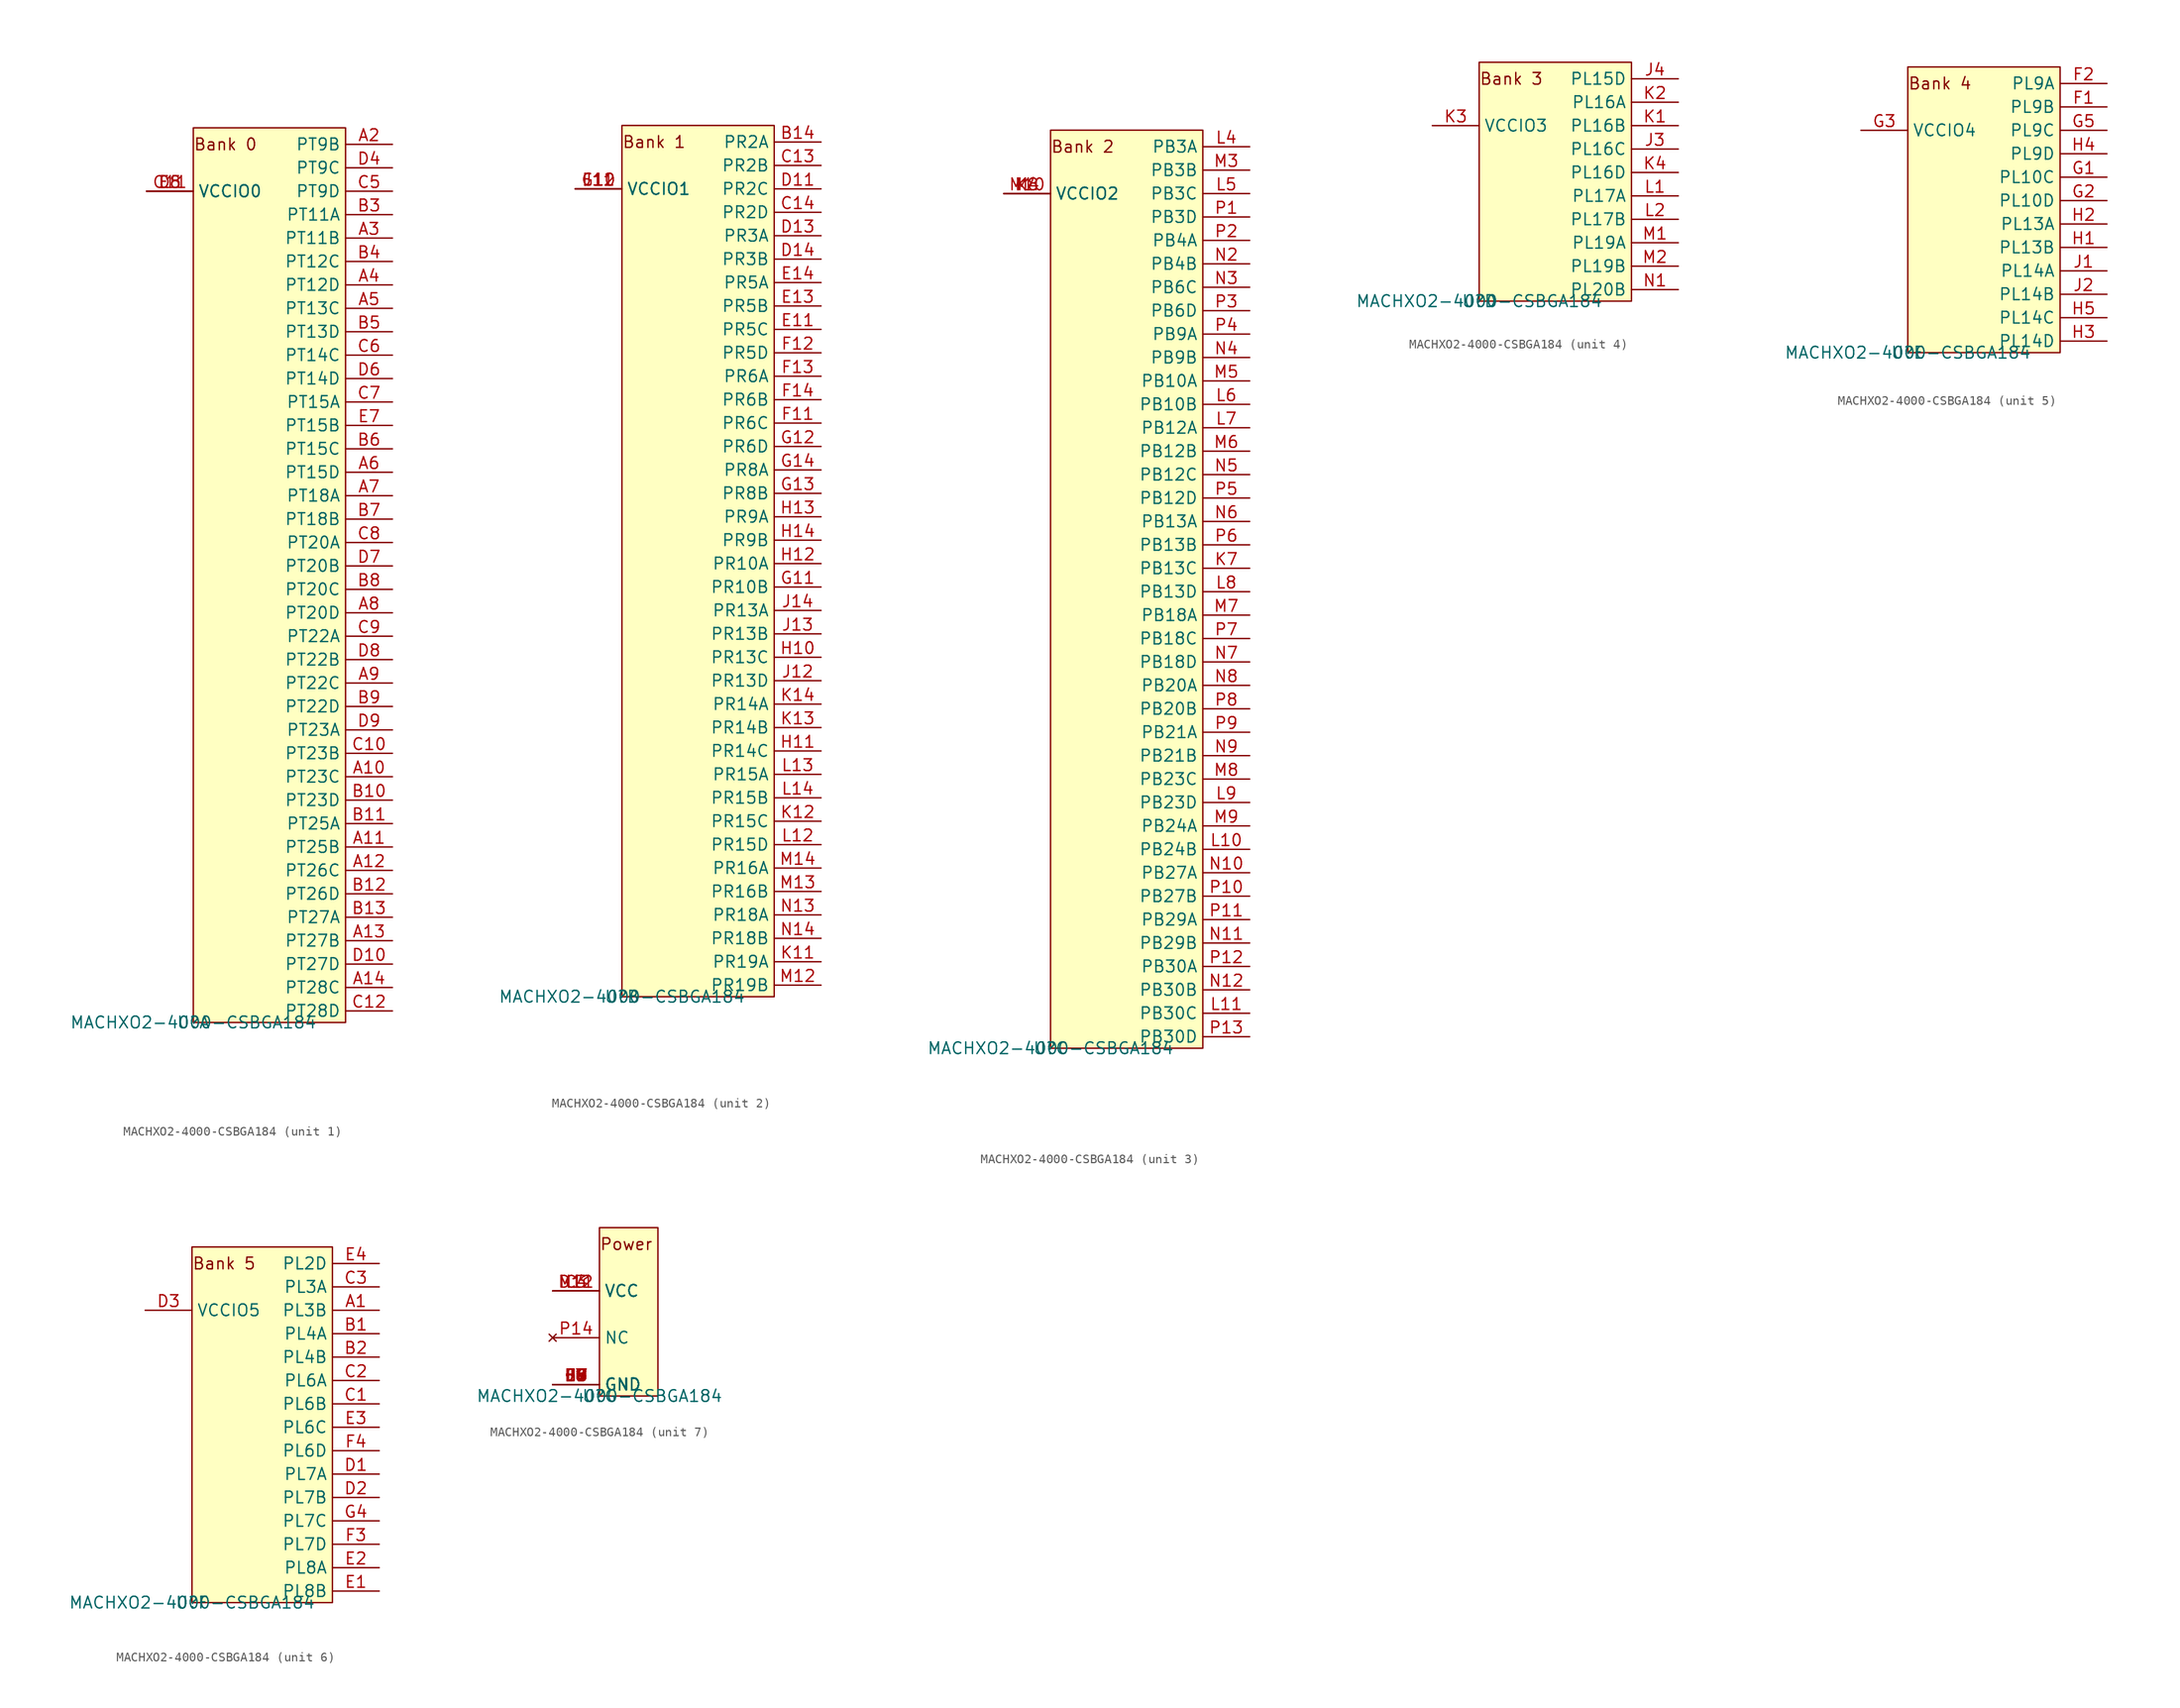
<source format=kicad_sym>
(kicad_symbol_lib
  (version 20211014)
  (generator kicad_symbol_editor)
  (symbol "MACHXO2-4000-CSBGA184"
    (property "Reference" "U"
      (at 0 0 0)
      (effects (font (size 1.27 1.27))))
    (property "Value" "MACHXO2-4000-CSBGA184"
      (at 0 0 0)
      (effects (font (size 1.27 1.27))))
    (property "ki_locked" ""
      (at 0 0 0)
      (effects (font (size 1.27 1.27))))
    (symbol "MACHXO2-4000-CSBGA184_1_0"
      (pin power_in line (at -5.08 90.154 0) (length 5.08) (name "VCCIO0" (effects (font (size 1.27 1.27)))) (number "C11" (effects (font (size 1.27 1.27)))))
      (pin power_in line (at -5.08 90.154 0) (length 5.08) (name "VCCIO0" (effects (font (size 1.27 1.27)))) (number "D5" (effects (font (size 1.27 1.27)))))
      (pin power_in line (at -5.08 90.154 0) (length 5.08) (name "VCCIO0" (effects (font (size 1.27 1.27)))) (number "E8" (effects (font (size 1.27 1.27)))))
      (pin bidirectional line (at 21.59 95.234 180) (length 5.08) (name "PT9B" (effects (font (size 1.27 1.27)))) (number "A2" (effects (font (size 1.27 1.27)))))
      (pin bidirectional line (at 21.59 92.694 180) (length 5.08) (name "PT9C" (effects (font (size 1.27 1.27)))) (number "D4" (effects (font (size 1.27 1.27)))))
      (pin bidirectional line (at 21.59 90.154 180) (length 5.08) (name "PT9D" (effects (font (size 1.27 1.27)))) (number "C5" (effects (font (size 1.27 1.27)))))
      (pin bidirectional line (at 21.59 87.614 180) (length 5.08) (name "PT11A" (effects (font (size 1.27 1.27)))) (number "B3" (effects (font (size 1.27 1.27)))))
      (pin bidirectional line (at 21.59 85.074 180) (length 5.08) (name "PT11B" (effects (font (size 1.27 1.27)))) (number "A3" (effects (font (size 1.27 1.27)))))
      (pin bidirectional line (at 21.59 82.534 180) (length 5.08) (name "PT12C" (effects (font (size 1.27 1.27)))) (number "B4" (effects (font (size 1.27 1.27)))))
      (pin bidirectional line (at 21.59 79.994 180) (length 5.08) (name "PT12D" (effects (font (size 1.27 1.27)))) (number "A4" (effects (font (size 1.27 1.27)))))
      (pin bidirectional line (at 21.59 77.454 180) (length 5.08) (name "PT13C" (effects (font (size 1.27 1.27)))) (number "A5" (effects (font (size 1.27 1.27)))))
      (pin bidirectional line (at 21.59 74.914 180) (length 5.08) (name "PT13D" (effects (font (size 1.27 1.27)))) (number "B5" (effects (font (size 1.27 1.27)))))
      (pin bidirectional line (at 21.59 72.374 180) (length 5.08) (name "PT14C" (effects (font (size 1.27 1.27)))) (number "C6" (effects (font (size 1.27 1.27)))))
      (pin bidirectional line (at 21.59 69.834 180) (length 5.08) (name "PT14D" (effects (font (size 1.27 1.27)))) (number "D6" (effects (font (size 1.27 1.27)))))
      (pin bidirectional line (at 21.59 67.294 180) (length 5.08) (name "PT15A" (effects (font (size 1.27 1.27)))) (number "C7" (effects (font (size 1.27 1.27)))))
      (pin bidirectional line (at 21.59 64.754 180) (length 5.08) (name "PT15B" (effects (font (size 1.27 1.27)))) (number "E7" (effects (font (size 1.27 1.27)))))
      (pin bidirectional line (at 21.59 62.214 180) (length 5.08) (name "PT15C" (effects (font (size 1.27 1.27)))) (number "B6" (effects (font (size 1.27 1.27)))))
      (pin bidirectional line (at 21.59 59.674 180) (length 5.08) (name "PT15D" (effects (font (size 1.27 1.27)))) (number "A6" (effects (font (size 1.27 1.27)))))
      (pin bidirectional line (at 21.59 57.134 180) (length 5.08) (name "PT18A" (effects (font (size 1.27 1.27)))) (number "A7" (effects (font (size 1.27 1.27)))))
      (pin bidirectional line (at 21.59 54.594 180) (length 5.08) (name "PT18B" (effects (font (size 1.27 1.27)))) (number "B7" (effects (font (size 1.27 1.27)))))
      (pin bidirectional line (at 21.59 52.054 180) (length 5.08) (name "PT20A" (effects (font (size 1.27 1.27)))) (number "C8" (effects (font (size 1.27 1.27)))))
      (pin bidirectional line (at 21.59 49.514 180) (length 5.08) (name "PT20B" (effects (font (size 1.27 1.27)))) (number "D7" (effects (font (size 1.27 1.27)))))
      (pin bidirectional line (at 21.59 46.974 180) (length 5.08) (name "PT20C" (effects (font (size 1.27 1.27)))) (number "B8" (effects (font (size 1.27 1.27)))))
      (pin bidirectional line (at 21.59 44.434 180) (length 5.08) (name "PT20D" (effects (font (size 1.27 1.27)))) (number "A8" (effects (font (size 1.27 1.27)))))
      (pin bidirectional line (at 21.59 41.894 180) (length 5.08) (name "PT22A" (effects (font (size 1.27 1.27)))) (number "C9" (effects (font (size 1.27 1.27)))))
      (pin bidirectional line (at 21.59 39.354 180) (length 5.08) (name "PT22B" (effects (font (size 1.27 1.27)))) (number "D8" (effects (font (size 1.27 1.27)))))
      (pin bidirectional line (at 21.59 36.814 180) (length 5.08) (name "PT22C" (effects (font (size 1.27 1.27)))) (number "A9" (effects (font (size 1.27 1.27)))))
      (pin bidirectional line (at 21.59 34.274 180) (length 5.08) (name "PT22D" (effects (font (size 1.27 1.27)))) (number "B9" (effects (font (size 1.27 1.27)))))
      (pin bidirectional line (at 21.59 31.734 180) (length 5.08) (name "PT23A" (effects (font (size 1.27 1.27)))) (number "D9" (effects (font (size 1.27 1.27)))))
      (pin bidirectional line (at 21.59 29.194 180) (length 5.08) (name "PT23B" (effects (font (size 1.27 1.27)))) (number "C10" (effects (font (size 1.27 1.27)))))
      (pin bidirectional line (at 21.59 26.654 180) (length 5.08) (name "PT23C" (effects (font (size 1.27 1.27)))) (number "A10" (effects (font (size 1.27 1.27)))))
      (pin bidirectional line (at 21.59 24.114 180) (length 5.08) (name "PT23D" (effects (font (size 1.27 1.27)))) (number "B10" (effects (font (size 1.27 1.27)))))
      (pin bidirectional line (at 21.59 21.574 180) (length 5.08) (name "PT25A" (effects (font (size 1.27 1.27)))) (number "B11" (effects (font (size 1.27 1.27)))))
      (pin bidirectional line (at 21.59 19.034 180) (length 5.08) (name "PT25B" (effects (font (size 1.27 1.27)))) (number "A11" (effects (font (size 1.27 1.27)))))
      (pin bidirectional line (at 21.59 16.494 180) (length 5.08) (name "PT26C" (effects (font (size 1.27 1.27)))) (number "A12" (effects (font (size 1.27 1.27)))))
      (pin bidirectional line (at 21.59 13.954 180) (length 5.08) (name "PT26D" (effects (font (size 1.27 1.27)))) (number "B12" (effects (font (size 1.27 1.27)))))
      (pin bidirectional line (at 21.59 11.414 180) (length 5.08) (name "PT27A" (effects (font (size 1.27 1.27)))) (number "B13" (effects (font (size 1.27 1.27)))))
      (pin bidirectional line (at 21.59 8.874 180) (length 5.08) (name "PT27B" (effects (font (size 1.27 1.27)))) (number "A13" (effects (font (size 1.27 1.27)))))
      (pin bidirectional line (at 21.59 6.334 180) (length 5.08) (name "PT27D" (effects (font (size 1.27 1.27)))) (number "D10" (effects (font (size 1.27 1.27)))))
      (pin bidirectional line (at 21.59 3.794 180) (length 5.08) (name "PT28C" (effects (font (size 1.27 1.27)))) (number "A14" (effects (font (size 1.27 1.27)))))
      (pin bidirectional line (at 21.59 1.254 180) (length 5.08) (name "PT28D" (effects (font (size 1.27 1.27)))) (number "C12" (effects (font (size 1.27 1.27))))))
    (symbol "MACHXO2-4000-CSBGA184_1_1"
      (rectangle (start 0 0) (end 16.51 97.028) (stroke (width 0) (type default) (color 0 0 0 0)) (fill (type background)))
      (text "Bank 0" (at 0 95.234 0) (effects (font (size 1.27 1.27)) (justify left))))
    (symbol "MACHXO2-4000-CSBGA184_2_0"
      (pin power_in line (at -5.08 87.614 0) (length 5.08) (name "VCCIO1" (effects (font (size 1.27 1.27)))) (number "E12" (effects (font (size 1.27 1.27)))))
      (pin power_in line (at -5.08 87.614 0) (length 5.08) (name "VCCIO1" (effects (font (size 1.27 1.27)))) (number "G10" (effects (font (size 1.27 1.27)))))
      (pin power_in line (at -5.08 87.614 0) (length 5.08) (name "VCCIO1" (effects (font (size 1.27 1.27)))) (number "J11" (effects (font (size 1.27 1.27)))))
      (pin bidirectional line (at 21.59 92.694 180) (length 5.08) (name "PR2A" (effects (font (size 1.27 1.27)))) (number "B14" (effects (font (size 1.27 1.27)))))
      (pin bidirectional line (at 21.59 90.154 180) (length 5.08) (name "PR2B" (effects (font (size 1.27 1.27)))) (number "C13" (effects (font (size 1.27 1.27)))))
      (pin bidirectional line (at 21.59 87.614 180) (length 5.08) (name "PR2C" (effects (font (size 1.27 1.27)))) (number "D11" (effects (font (size 1.27 1.27)))))
      (pin bidirectional line (at 21.59 85.074 180) (length 5.08) (name "PR2D" (effects (font (size 1.27 1.27)))) (number "C14" (effects (font (size 1.27 1.27)))))
      (pin bidirectional line (at 21.59 82.534 180) (length 5.08) (name "PR3A" (effects (font (size 1.27 1.27)))) (number "D13" (effects (font (size 1.27 1.27)))))
      (pin bidirectional line (at 21.59 79.994 180) (length 5.08) (name "PR3B" (effects (font (size 1.27 1.27)))) (number "D14" (effects (font (size 1.27 1.27)))))
      (pin bidirectional line (at 21.59 77.454 180) (length 5.08) (name "PR5A" (effects (font (size 1.27 1.27)))) (number "E14" (effects (font (size 1.27 1.27)))))
      (pin bidirectional line (at 21.59 74.914 180) (length 5.08) (name "PR5B" (effects (font (size 1.27 1.27)))) (number "E13" (effects (font (size 1.27 1.27)))))
      (pin bidirectional line (at 21.59 72.374 180) (length 5.08) (name "PR5C" (effects (font (size 1.27 1.27)))) (number "E11" (effects (font (size 1.27 1.27)))))
      (pin bidirectional line (at 21.59 69.834 180) (length 5.08) (name "PR5D" (effects (font (size 1.27 1.27)))) (number "F12" (effects (font (size 1.27 1.27)))))
      (pin bidirectional line (at 21.59 67.294 180) (length 5.08) (name "PR6A" (effects (font (size 1.27 1.27)))) (number "F13" (effects (font (size 1.27 1.27)))))
      (pin bidirectional line (at 21.59 64.754 180) (length 5.08) (name "PR6B" (effects (font (size 1.27 1.27)))) (number "F14" (effects (font (size 1.27 1.27)))))
      (pin bidirectional line (at 21.59 62.214 180) (length 5.08) (name "PR6C" (effects (font (size 1.27 1.27)))) (number "F11" (effects (font (size 1.27 1.27)))))
      (pin bidirectional line (at 21.59 59.674 180) (length 5.08) (name "PR6D" (effects (font (size 1.27 1.27)))) (number "G12" (effects (font (size 1.27 1.27)))))
      (pin bidirectional line (at 21.59 57.134 180) (length 5.08) (name "PR8A" (effects (font (size 1.27 1.27)))) (number "G14" (effects (font (size 1.27 1.27)))))
      (pin bidirectional line (at 21.59 54.594 180) (length 5.08) (name "PR8B" (effects (font (size 1.27 1.27)))) (number "G13" (effects (font (size 1.27 1.27)))))
      (pin bidirectional line (at 21.59 52.054 180) (length 5.08) (name "PR9A" (effects (font (size 1.27 1.27)))) (number "H13" (effects (font (size 1.27 1.27)))))
      (pin bidirectional line (at 21.59 49.514 180) (length 5.08) (name "PR9B" (effects (font (size 1.27 1.27)))) (number "H14" (effects (font (size 1.27 1.27)))))
      (pin bidirectional line (at 21.59 46.974 180) (length 5.08) (name "PR10A" (effects (font (size 1.27 1.27)))) (number "H12" (effects (font (size 1.27 1.27)))))
      (pin bidirectional line (at 21.59 44.434 180) (length 5.08) (name "PR10B" (effects (font (size 1.27 1.27)))) (number "G11" (effects (font (size 1.27 1.27)))))
      (pin bidirectional line (at 21.59 41.894 180) (length 5.08) (name "PR13A" (effects (font (size 1.27 1.27)))) (number "J14" (effects (font (size 1.27 1.27)))))
      (pin bidirectional line (at 21.59 39.354 180) (length 5.08) (name "PR13B" (effects (font (size 1.27 1.27)))) (number "J13" (effects (font (size 1.27 1.27)))))
      (pin bidirectional line (at 21.59 36.814 180) (length 5.08) (name "PR13C" (effects (font (size 1.27 1.27)))) (number "H10" (effects (font (size 1.27 1.27)))))
      (pin bidirectional line (at 21.59 34.274 180) (length 5.08) (name "PR13D" (effects (font (size 1.27 1.27)))) (number "J12" (effects (font (size 1.27 1.27)))))
      (pin bidirectional line (at 21.59 31.734 180) (length 5.08) (name "PR14A" (effects (font (size 1.27 1.27)))) (number "K14" (effects (font (size 1.27 1.27)))))
      (pin bidirectional line (at 21.59 29.194 180) (length 5.08) (name "PR14B" (effects (font (size 1.27 1.27)))) (number "K13" (effects (font (size 1.27 1.27)))))
      (pin bidirectional line (at 21.59 26.654 180) (length 5.08) (name "PR14C" (effects (font (size 1.27 1.27)))) (number "H11" (effects (font (size 1.27 1.27)))))
      (pin bidirectional line (at 21.59 24.114 180) (length 5.08) (name "PR15A" (effects (font (size 1.27 1.27)))) (number "L13" (effects (font (size 1.27 1.27)))))
      (pin bidirectional line (at 21.59 21.574 180) (length 5.08) (name "PR15B" (effects (font (size 1.27 1.27)))) (number "L14" (effects (font (size 1.27 1.27)))))
      (pin bidirectional line (at 21.59 19.034 180) (length 5.08) (name "PR15C" (effects (font (size 1.27 1.27)))) (number "K12" (effects (font (size 1.27 1.27)))))
      (pin bidirectional line (at 21.59 16.494 180) (length 5.08) (name "PR15D" (effects (font (size 1.27 1.27)))) (number "L12" (effects (font (size 1.27 1.27)))))
      (pin bidirectional line (at 21.59 13.954 180) (length 5.08) (name "PR16A" (effects (font (size 1.27 1.27)))) (number "M14" (effects (font (size 1.27 1.27)))))
      (pin bidirectional line (at 21.59 11.414 180) (length 5.08) (name "PR16B" (effects (font (size 1.27 1.27)))) (number "M13" (effects (font (size 1.27 1.27)))))
      (pin bidirectional line (at 21.59 8.874 180) (length 5.08) (name "PR18A" (effects (font (size 1.27 1.27)))) (number "N13" (effects (font (size 1.27 1.27)))))
      (pin bidirectional line (at 21.59 6.334 180) (length 5.08) (name "PR18B" (effects (font (size 1.27 1.27)))) (number "N14" (effects (font (size 1.27 1.27)))))
      (pin bidirectional line (at 21.59 3.794 180) (length 5.08) (name "PR19A" (effects (font (size 1.27 1.27)))) (number "K11" (effects (font (size 1.27 1.27)))))
      (pin bidirectional line (at 21.59 1.254 180) (length 5.08) (name "PR19B" (effects (font (size 1.27 1.27)))) (number "M12" (effects (font (size 1.27 1.27))))))
    (symbol "MACHXO2-4000-CSBGA184_2_1"
      (rectangle (start 0 0) (end 16.51 94.488) (stroke (width 0) (type default) (color 0 0 0 0)) (fill (type background)))
      (text "Bank 1" (at 0 92.694 0) (effects (font (size 1.27 1.27)) (justify left))))
    (symbol "MACHXO2-4000-CSBGA184_3_0"
      (pin power_in line (at -5.08 92.694 0) (length 5.08) (name "VCCIO2" (effects (font (size 1.27 1.27)))) (number "K8" (effects (font (size 1.27 1.27)))))
      (pin power_in line (at -5.08 92.694 0) (length 5.08) (name "VCCIO2" (effects (font (size 1.27 1.27)))) (number "M10" (effects (font (size 1.27 1.27)))))
      (pin power_in line (at -5.08 92.694 0) (length 5.08) (name "VCCIO2" (effects (font (size 1.27 1.27)))) (number "M4" (effects (font (size 1.27 1.27)))))
      (pin bidirectional line (at 21.59 97.774 180) (length 5.08) (name "PB3A" (effects (font (size 1.27 1.27)))) (number "L4" (effects (font (size 1.27 1.27)))))
      (pin bidirectional line (at 21.59 95.234 180) (length 5.08) (name "PB3B" (effects (font (size 1.27 1.27)))) (number "M3" (effects (font (size 1.27 1.27)))))
      (pin bidirectional line (at 21.59 92.694 180) (length 5.08) (name "PB3C" (effects (font (size 1.27 1.27)))) (number "L5" (effects (font (size 1.27 1.27)))))
      (pin bidirectional line (at 21.59 90.154 180) (length 5.08) (name "PB3D" (effects (font (size 1.27 1.27)))) (number "P1" (effects (font (size 1.27 1.27)))))
      (pin bidirectional line (at 21.59 87.614 180) (length 5.08) (name "PB4A" (effects (font (size 1.27 1.27)))) (number "P2" (effects (font (size 1.27 1.27)))))
      (pin bidirectional line (at 21.59 85.074 180) (length 5.08) (name "PB4B" (effects (font (size 1.27 1.27)))) (number "N2" (effects (font (size 1.27 1.27)))))
      (pin bidirectional line (at 21.59 82.534 180) (length 5.08) (name "PB6C" (effects (font (size 1.27 1.27)))) (number "N3" (effects (font (size 1.27 1.27)))))
      (pin bidirectional line (at 21.59 79.994 180) (length 5.08) (name "PB6D" (effects (font (size 1.27 1.27)))) (number "P3" (effects (font (size 1.27 1.27)))))
      (pin bidirectional line (at 21.59 77.454 180) (length 5.08) (name "PB9A" (effects (font (size 1.27 1.27)))) (number "P4" (effects (font (size 1.27 1.27)))))
      (pin bidirectional line (at 21.59 74.914 180) (length 5.08) (name "PB9B" (effects (font (size 1.27 1.27)))) (number "N4" (effects (font (size 1.27 1.27)))))
      (pin bidirectional line (at 21.59 72.374 180) (length 5.08) (name "PB10A" (effects (font (size 1.27 1.27)))) (number "M5" (effects (font (size 1.27 1.27)))))
      (pin bidirectional line (at 21.59 69.834 180) (length 5.08) (name "PB10B" (effects (font (size 1.27 1.27)))) (number "L6" (effects (font (size 1.27 1.27)))))
      (pin bidirectional line (at 21.59 67.294 180) (length 5.08) (name "PB12A" (effects (font (size 1.27 1.27)))) (number "L7" (effects (font (size 1.27 1.27)))))
      (pin bidirectional line (at 21.59 64.754 180) (length 5.08) (name "PB12B" (effects (font (size 1.27 1.27)))) (number "M6" (effects (font (size 1.27 1.27)))))
      (pin bidirectional line (at 21.59 62.214 180) (length 5.08) (name "PB12C" (effects (font (size 1.27 1.27)))) (number "N5" (effects (font (size 1.27 1.27)))))
      (pin bidirectional line (at 21.59 59.674 180) (length 5.08) (name "PB12D" (effects (font (size 1.27 1.27)))) (number "P5" (effects (font (size 1.27 1.27)))))
      (pin bidirectional line (at 21.59 57.134 180) (length 5.08) (name "PB13A" (effects (font (size 1.27 1.27)))) (number "N6" (effects (font (size 1.27 1.27)))))
      (pin bidirectional line (at 21.59 54.594 180) (length 5.08) (name "PB13B" (effects (font (size 1.27 1.27)))) (number "P6" (effects (font (size 1.27 1.27)))))
      (pin bidirectional line (at 21.59 52.054 180) (length 5.08) (name "PB13C" (effects (font (size 1.27 1.27)))) (number "K7" (effects (font (size 1.27 1.27)))))
      (pin bidirectional line (at 21.59 49.514 180) (length 5.08) (name "PB13D" (effects (font (size 1.27 1.27)))) (number "L8" (effects (font (size 1.27 1.27)))))
      (pin bidirectional line (at 21.59 46.974 180) (length 5.08) (name "PB18A" (effects (font (size 1.27 1.27)))) (number "M7" (effects (font (size 1.27 1.27)))))
      (pin bidirectional line (at 21.59 44.434 180) (length 5.08) (name "PB18C" (effects (font (size 1.27 1.27)))) (number "P7" (effects (font (size 1.27 1.27)))))
      (pin bidirectional line (at 21.59 41.894 180) (length 5.08) (name "PB18D" (effects (font (size 1.27 1.27)))) (number "N7" (effects (font (size 1.27 1.27)))))
      (pin bidirectional line (at 21.59 39.354 180) (length 5.08) (name "PB20A" (effects (font (size 1.27 1.27)))) (number "N8" (effects (font (size 1.27 1.27)))))
      (pin bidirectional line (at 21.59 36.814 180) (length 5.08) (name "PB20B" (effects (font (size 1.27 1.27)))) (number "P8" (effects (font (size 1.27 1.27)))))
      (pin bidirectional line (at 21.59 34.274 180) (length 5.08) (name "PB21A" (effects (font (size 1.27 1.27)))) (number "P9" (effects (font (size 1.27 1.27)))))
      (pin bidirectional line (at 21.59 31.734 180) (length 5.08) (name "PB21B" (effects (font (size 1.27 1.27)))) (number "N9" (effects (font (size 1.27 1.27)))))
      (pin bidirectional line (at 21.59 29.194 180) (length 5.08) (name "PB23C" (effects (font (size 1.27 1.27)))) (number "M8" (effects (font (size 1.27 1.27)))))
      (pin bidirectional line (at 21.59 26.654 180) (length 5.08) (name "PB23D" (effects (font (size 1.27 1.27)))) (number "L9" (effects (font (size 1.27 1.27)))))
      (pin bidirectional line (at 21.59 24.114 180) (length 5.08) (name "PB24A" (effects (font (size 1.27 1.27)))) (number "M9" (effects (font (size 1.27 1.27)))))
      (pin bidirectional line (at 21.59 21.574 180) (length 5.08) (name "PB24B" (effects (font (size 1.27 1.27)))) (number "L10" (effects (font (size 1.27 1.27)))))
      (pin bidirectional line (at 21.59 19.034 180) (length 5.08) (name "PB27A" (effects (font (size 1.27 1.27)))) (number "N10" (effects (font (size 1.27 1.27)))))
      (pin bidirectional line (at 21.59 16.494 180) (length 5.08) (name "PB27B" (effects (font (size 1.27 1.27)))) (number "P10" (effects (font (size 1.27 1.27)))))
      (pin bidirectional line (at 21.59 13.954 180) (length 5.08) (name "PB29A" (effects (font (size 1.27 1.27)))) (number "P11" (effects (font (size 1.27 1.27)))))
      (pin bidirectional line (at 21.59 11.414 180) (length 5.08) (name "PB29B" (effects (font (size 1.27 1.27)))) (number "N11" (effects (font (size 1.27 1.27)))))
      (pin bidirectional line (at 21.59 8.874 180) (length 5.08) (name "PB30A" (effects (font (size 1.27 1.27)))) (number "P12" (effects (font (size 1.27 1.27)))))
      (pin bidirectional line (at 21.59 6.334 180) (length 5.08) (name "PB30B" (effects (font (size 1.27 1.27)))) (number "N12" (effects (font (size 1.27 1.27)))))
      (pin bidirectional line (at 21.59 3.794 180) (length 5.08) (name "PB30C" (effects (font (size 1.27 1.27)))) (number "L11" (effects (font (size 1.27 1.27)))))
      (pin bidirectional line (at 21.59 1.254 180) (length 5.08) (name "PB30D" (effects (font (size 1.27 1.27)))) (number "P13" (effects (font (size 1.27 1.27))))))
    (symbol "MACHXO2-4000-CSBGA184_3_1"
      (rectangle (start 0 0) (end 16.51 99.568) (stroke (width 0) (type default) (color 0 0 0 0)) (fill (type background)))
      (text "Bank 2" (at 0 97.774 0) (effects (font (size 1.27 1.27)) (justify left))))
    (symbol "MACHXO2-4000-CSBGA184_4_0"
      (pin power_in line (at -5.08 19.034 0) (length 5.08) (name "VCCIO3" (effects (font (size 1.27 1.27)))) (number "K3" (effects (font (size 1.27 1.27)))))
      (pin bidirectional line (at 21.59 24.114 180) (length 5.08) (name "PL15D" (effects (font (size 1.27 1.27)))) (number "J4" (effects (font (size 1.27 1.27)))))
      (pin bidirectional line (at 21.59 21.574 180) (length 5.08) (name "PL16A" (effects (font (size 1.27 1.27)))) (number "K2" (effects (font (size 1.27 1.27)))))
      (pin bidirectional line (at 21.59 19.034 180) (length 5.08) (name "PL16B" (effects (font (size 1.27 1.27)))) (number "K1" (effects (font (size 1.27 1.27)))))
      (pin bidirectional line (at 21.59 16.494 180) (length 5.08) (name "PL16C" (effects (font (size 1.27 1.27)))) (number "J3" (effects (font (size 1.27 1.27)))))
      (pin bidirectional line (at 21.59 13.954 180) (length 5.08) (name "PL16D" (effects (font (size 1.27 1.27)))) (number "K4" (effects (font (size 1.27 1.27)))))
      (pin bidirectional line (at 21.59 11.414 180) (length 5.08) (name "PL17A" (effects (font (size 1.27 1.27)))) (number "L1" (effects (font (size 1.27 1.27)))))
      (pin bidirectional line (at 21.59 8.874 180) (length 5.08) (name "PL17B" (effects (font (size 1.27 1.27)))) (number "L2" (effects (font (size 1.27 1.27)))))
      (pin bidirectional line (at 21.59 6.334 180) (length 5.08) (name "PL19A" (effects (font (size 1.27 1.27)))) (number "M1" (effects (font (size 1.27 1.27)))))
      (pin bidirectional line (at 21.59 3.794 180) (length 5.08) (name "PL19B" (effects (font (size 1.27 1.27)))) (number "M2" (effects (font (size 1.27 1.27)))))
      (pin bidirectional line (at 21.59 1.254 180) (length 5.08) (name "PL20B" (effects (font (size 1.27 1.27)))) (number "N1" (effects (font (size 1.27 1.27))))))
    (symbol "MACHXO2-4000-CSBGA184_4_1"
      (rectangle (start 0 0) (end 16.51 25.908) (stroke (width 0) (type default) (color 0 0 0 0)) (fill (type background)))
      (text "Bank 3" (at 0 24.114 0) (effects (font (size 1.27 1.27)) (justify left))))
    (symbol "MACHXO2-4000-CSBGA184_5_0"
      (pin power_in line (at -5.08 24.114 0) (length 5.08) (name "VCCIO4" (effects (font (size 1.27 1.27)))) (number "G3" (effects (font (size 1.27 1.27)))))
      (pin bidirectional line (at 21.59 29.194 180) (length 5.08) (name "PL9A" (effects (font (size 1.27 1.27)))) (number "F2" (effects (font (size 1.27 1.27)))))
      (pin bidirectional line (at 21.59 26.654 180) (length 5.08) (name "PL9B" (effects (font (size 1.27 1.27)))) (number "F1" (effects (font (size 1.27 1.27)))))
      (pin bidirectional line (at 21.59 24.114 180) (length 5.08) (name "PL9C" (effects (font (size 1.27 1.27)))) (number "G5" (effects (font (size 1.27 1.27)))))
      (pin bidirectional line (at 21.59 21.574 180) (length 5.08) (name "PL9D" (effects (font (size 1.27 1.27)))) (number "H4" (effects (font (size 1.27 1.27)))))
      (pin bidirectional line (at 21.59 19.034 180) (length 5.08) (name "PL10C" (effects (font (size 1.27 1.27)))) (number "G1" (effects (font (size 1.27 1.27)))))
      (pin bidirectional line (at 21.59 16.494 180) (length 5.08) (name "PL10D" (effects (font (size 1.27 1.27)))) (number "G2" (effects (font (size 1.27 1.27)))))
      (pin bidirectional line (at 21.59 13.954 180) (length 5.08) (name "PL13A" (effects (font (size 1.27 1.27)))) (number "H2" (effects (font (size 1.27 1.27)))))
      (pin bidirectional line (at 21.59 11.414 180) (length 5.08) (name "PL13B" (effects (font (size 1.27 1.27)))) (number "H1" (effects (font (size 1.27 1.27)))))
      (pin bidirectional line (at 21.59 8.874 180) (length 5.08) (name "PL14A" (effects (font (size 1.27 1.27)))) (number "J1" (effects (font (size 1.27 1.27)))))
      (pin bidirectional line (at 21.59 6.334 180) (length 5.08) (name "PL14B" (effects (font (size 1.27 1.27)))) (number "J2" (effects (font (size 1.27 1.27)))))
      (pin bidirectional line (at 21.59 3.794 180) (length 5.08) (name "PL14C" (effects (font (size 1.27 1.27)))) (number "H5" (effects (font (size 1.27 1.27)))))
      (pin bidirectional line (at 21.59 1.254 180) (length 5.08) (name "PL14D" (effects (font (size 1.27 1.27)))) (number "H3" (effects (font (size 1.27 1.27))))))
    (symbol "MACHXO2-4000-CSBGA184_5_1"
      (rectangle (start 0 0) (end 16.51 30.988) (stroke (width 0) (type default) (color 0 0 0 0)) (fill (type background)))
      (text "Bank 4" (at 0 29.194 0) (effects (font (size 1.27 1.27)) (justify left))))
    (symbol "MACHXO2-4000-CSBGA184_6_0"
      (pin power_in line (at -5.08 31.734 0) (length 5.08) (name "VCCIO5" (effects (font (size 1.27 1.27)))) (number "D3" (effects (font (size 1.27 1.27)))))
      (pin bidirectional line (at 20.32 36.814 180) (length 5.08) (name "PL2D" (effects (font (size 1.27 1.27)))) (number "E4" (effects (font (size 1.27 1.27)))))
      (pin bidirectional line (at 20.32 34.274 180) (length 5.08) (name "PL3A" (effects (font (size 1.27 1.27)))) (number "C3" (effects (font (size 1.27 1.27)))))
      (pin bidirectional line (at 20.32 31.734 180) (length 5.08) (name "PL3B" (effects (font (size 1.27 1.27)))) (number "A1" (effects (font (size 1.27 1.27)))))
      (pin bidirectional line (at 20.32 29.194 180) (length 5.08) (name "PL4A" (effects (font (size 1.27 1.27)))) (number "B1" (effects (font (size 1.27 1.27)))))
      (pin bidirectional line (at 20.32 26.654 180) (length 5.08) (name "PL4B" (effects (font (size 1.27 1.27)))) (number "B2" (effects (font (size 1.27 1.27)))))
      (pin bidirectional line (at 20.32 24.114 180) (length 5.08) (name "PL6A" (effects (font (size 1.27 1.27)))) (number "C2" (effects (font (size 1.27 1.27)))))
      (pin bidirectional line (at 20.32 21.574 180) (length 5.08) (name "PL6B" (effects (font (size 1.27 1.27)))) (number "C1" (effects (font (size 1.27 1.27)))))
      (pin bidirectional line (at 20.32 19.034 180) (length 5.08) (name "PL6C" (effects (font (size 1.27 1.27)))) (number "E3" (effects (font (size 1.27 1.27)))))
      (pin bidirectional line (at 20.32 16.494 180) (length 5.08) (name "PL6D" (effects (font (size 1.27 1.27)))) (number "F4" (effects (font (size 1.27 1.27)))))
      (pin bidirectional line (at 20.32 13.954 180) (length 5.08) (name "PL7A" (effects (font (size 1.27 1.27)))) (number "D1" (effects (font (size 1.27 1.27)))))
      (pin bidirectional line (at 20.32 11.414 180) (length 5.08) (name "PL7B" (effects (font (size 1.27 1.27)))) (number "D2" (effects (font (size 1.27 1.27)))))
      (pin bidirectional line (at 20.32 8.874 180) (length 5.08) (name "PL7C" (effects (font (size 1.27 1.27)))) (number "G4" (effects (font (size 1.27 1.27)))))
      (pin bidirectional line (at 20.32 6.334 180) (length 5.08) (name "PL7D" (effects (font (size 1.27 1.27)))) (number "F3" (effects (font (size 1.27 1.27)))))
      (pin bidirectional line (at 20.32 3.794 180) (length 5.08) (name "PL8A" (effects (font (size 1.27 1.27)))) (number "E2" (effects (font (size 1.27 1.27)))))
      (pin bidirectional line (at 20.32 1.254 180) (length 5.08) (name "PL8B" (effects (font (size 1.27 1.27)))) (number "E1" (effects (font (size 1.27 1.27))))))
    (symbol "MACHXO2-4000-CSBGA184_6_1"
      (rectangle (start 0 0) (end 15.24 38.608) (stroke (width 0) (type default) (color 0 0 0 0)) (fill (type background)))
      (text "Bank 5" (at 0 36.814 0) (effects (font (size 1.27 1.27)) (justify left))))
    (symbol "MACHXO2-4000-CSBGA184_7_0"
      (pin power_in line (at -5.08 11.414 0) (length 5.08) (name "VCC" (effects (font (size 1.27 1.27)))) (number "L3" (effects (font (size 1.27 1.27)))))
      (pin power_in line (at -5.08 11.414 0) (length 5.08) (name "VCC" (effects (font (size 1.27 1.27)))) (number "M11" (effects (font (size 1.27 1.27)))))
      (pin power_in line (at -5.08 11.414 0) (length 5.08) (name "VCC" (effects (font (size 1.27 1.27)))) (number "D12" (effects (font (size 1.27 1.27)))))
      (pin power_in line (at -5.08 11.414 0) (length 5.08) (name "VCC" (effects (font (size 1.27 1.27)))) (number "C4" (effects (font (size 1.27 1.27)))))
      (pin no_connect line (at -5.08 6.334 0) (length 5.08) (name "NC" (effects (font (size 1.27 1.27)))) (number "P14" (effects (font (size 1.27 1.27)))))
      (pin power_in line (at -5.08 1.254 0) (length 5.08) (name "GND" (effects (font (size 1.27 1.27)))) (number "F6" (effects (font (size 1.27 1.27)))))
      (pin power_in line (at -5.08 1.254 0) (length 5.08) (name "GND" (effects (font (size 1.27 1.27)))) (number "F7" (effects (font (size 1.27 1.27)))))
      (pin power_in line (at -5.08 1.254 0) (length 5.08) (name "GND" (effects (font (size 1.27 1.27)))) (number "F8" (effects (font (size 1.27 1.27)))))
      (pin power_in line (at -5.08 1.254 0) (length 5.08) (name "GND" (effects (font (size 1.27 1.27)))) (number "F9" (effects (font (size 1.27 1.27)))))
      (pin power_in line (at -5.08 1.254 0) (length 5.08) (name "GND" (effects (font (size 1.27 1.27)))) (number "G6" (effects (font (size 1.27 1.27)))))
      (pin power_in line (at -5.08 1.254 0) (length 5.08) (name "GND" (effects (font (size 1.27 1.27)))) (number "G7" (effects (font (size 1.27 1.27)))))
      (pin power_in line (at -5.08 1.254 0) (length 5.08) (name "GND" (effects (font (size 1.27 1.27)))) (number "G8" (effects (font (size 1.27 1.27)))))
      (pin power_in line (at -5.08 1.254 0) (length 5.08) (name "GND" (effects (font (size 1.27 1.27)))) (number "G9" (effects (font (size 1.27 1.27)))))
      (pin power_in line (at -5.08 1.254 0) (length 5.08) (name "GND" (effects (font (size 1.27 1.27)))) (number "H6" (effects (font (size 1.27 1.27)))))
      (pin power_in line (at -5.08 1.254 0) (length 5.08) (name "GND" (effects (font (size 1.27 1.27)))) (number "H7" (effects (font (size 1.27 1.27)))))
      (pin power_in line (at -5.08 1.254 0) (length 5.08) (name "GND" (effects (font (size 1.27 1.27)))) (number "H8" (effects (font (size 1.27 1.27)))))
      (pin power_in line (at -5.08 1.254 0) (length 5.08) (name "GND" (effects (font (size 1.27 1.27)))) (number "H9" (effects (font (size 1.27 1.27)))))
      (pin power_in line (at -5.08 1.254 0) (length 5.08) (name "GND" (effects (font (size 1.27 1.27)))) (number "J6" (effects (font (size 1.27 1.27)))))
      (pin power_in line (at -5.08 1.254 0) (length 5.08) (name "GND" (effects (font (size 1.27 1.27)))) (number "J7" (effects (font (size 1.27 1.27)))))
      (pin power_in line (at -5.08 1.254 0) (length 5.08) (name "GND" (effects (font (size 1.27 1.27)))) (number "J8" (effects (font (size 1.27 1.27)))))
      (pin power_in line (at -5.08 1.254 0) (length 5.08) (name "GND" (effects (font (size 1.27 1.27)))) (number "J9" (effects (font (size 1.27 1.27))))))
    (symbol "MACHXO2-4000-CSBGA184_7_1"
      (rectangle (start 0 0) (end 6.35 18.288) (stroke (width 0) (type default) (color 0 0 0 0)) (fill (type background)))
      (text "Power" (at 0 16.494 0) (effects (font (size 1.27 1.27)) (justify left))))))
</source>
